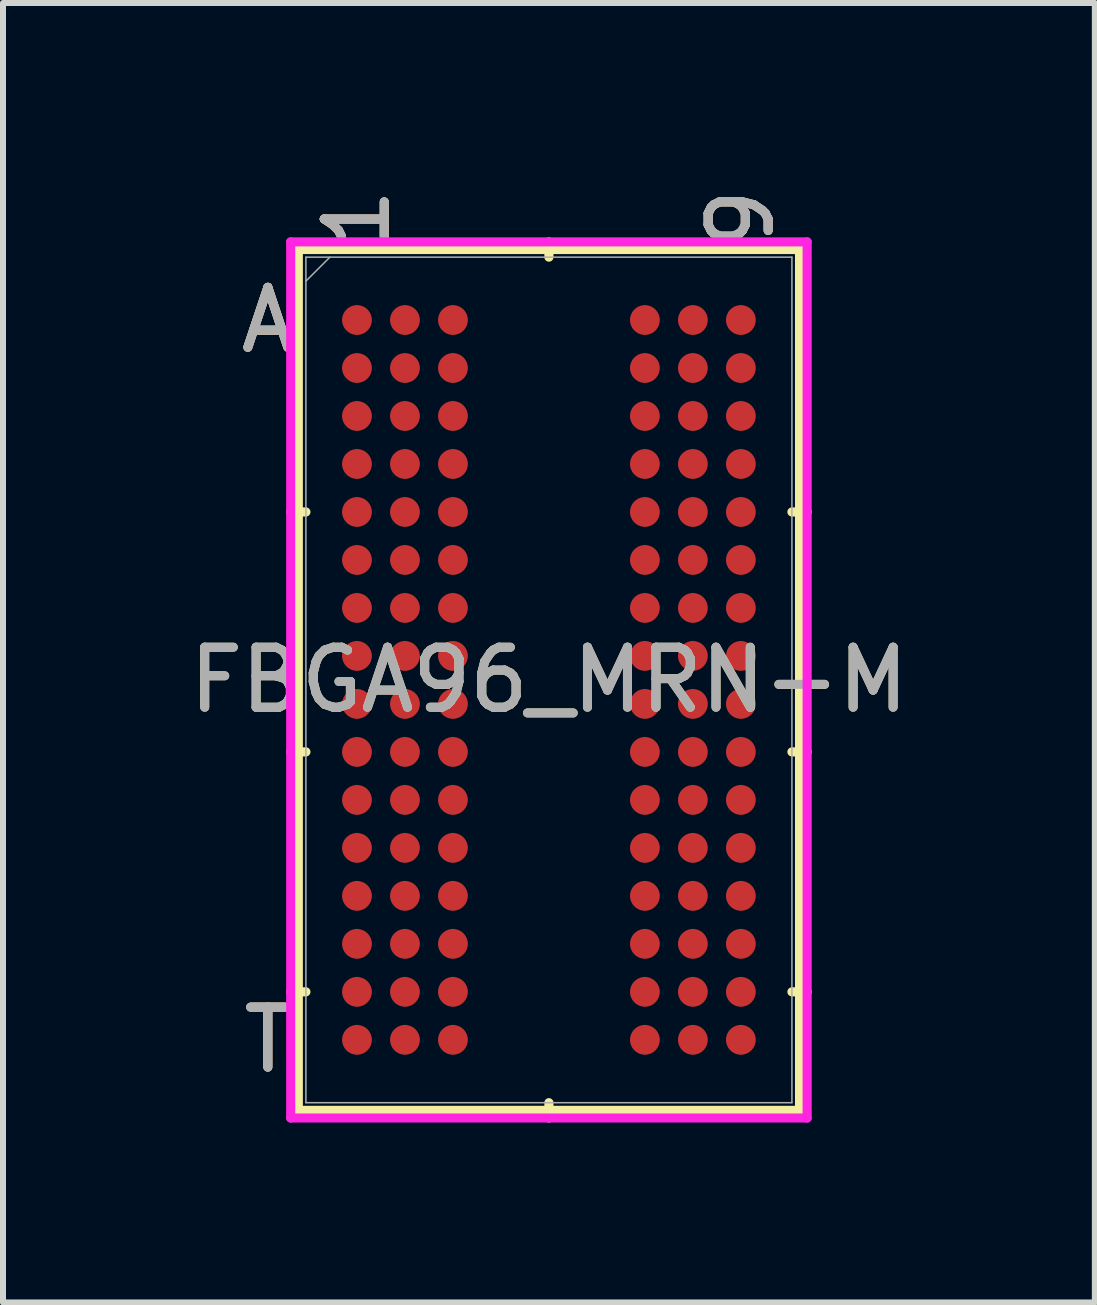
<source format=kicad_pcb>
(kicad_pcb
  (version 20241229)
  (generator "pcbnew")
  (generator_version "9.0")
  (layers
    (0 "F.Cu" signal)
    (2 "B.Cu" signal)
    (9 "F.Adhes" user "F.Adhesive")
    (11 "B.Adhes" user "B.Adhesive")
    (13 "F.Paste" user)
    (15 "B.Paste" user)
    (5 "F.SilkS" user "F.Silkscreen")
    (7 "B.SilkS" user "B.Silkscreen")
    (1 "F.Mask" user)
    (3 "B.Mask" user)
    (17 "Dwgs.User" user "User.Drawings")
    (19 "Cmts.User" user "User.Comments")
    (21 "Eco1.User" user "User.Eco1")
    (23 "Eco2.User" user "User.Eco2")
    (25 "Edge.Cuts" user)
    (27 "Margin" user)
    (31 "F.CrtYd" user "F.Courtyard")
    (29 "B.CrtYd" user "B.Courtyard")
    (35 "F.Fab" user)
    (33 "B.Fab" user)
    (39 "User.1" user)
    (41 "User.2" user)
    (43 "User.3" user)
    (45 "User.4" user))
  (footprint "FBGA96_MRN-M"
    (layer "F.Cu")
    (at 6.101 8.285)
    (property "Reference" "FBGA96_MRN-M" (at 0 0 0) (unlocked yes) (layer "F.SilkS") (effects (font (size 1 1) (thickness 0.15))))
    (attr smd)
    (fp_line (start -4.178 -7.176) (end -4.178 7.176) (stroke (width 0.152) (type solid)) (layer "F.SilkS"))
    (fp_line (start -4.178 7.176) (end 4.178 7.176) (stroke (width 0.152) (type solid)) (layer "F.SilkS"))
    (fp_line (start -4.051 -2.8) (end -4.305 -2.8) (stroke (width 0.152) (type solid)) (layer "F.SilkS"))
    (fp_line (start -4.051 1.2) (end -4.305 1.2) (stroke (width 0.152) (type solid)) (layer "F.SilkS"))
    (fp_line (start -4.051 5.2) (end -4.305 5.2) (stroke (width 0.152) (type solid)) (layer "F.SilkS"))
    (fp_line (start 0 -7.048) (end 0 -7.303) (stroke (width 0.152) (type solid)) (layer "F.SilkS"))
    (fp_line (start 0 7.048) (end 0 7.303) (stroke (width 0.152) (type solid)) (layer "F.SilkS"))
    (fp_line (start 4.051 -2.8) (end 4.305 -2.8) (stroke (width 0.152) (type solid)) (layer "F.SilkS"))
    (fp_line (start 4.051 1.2) (end 4.305 1.2) (stroke (width 0.152) (type solid)) (layer "F.SilkS"))
    (fp_line (start 4.051 5.2) (end 4.305 5.2) (stroke (width 0.152) (type solid)) (layer "F.SilkS"))
    (fp_line (start 4.178 -7.176) (end -4.178 -7.176) (stroke (width 0.152) (type solid)) (layer "F.SilkS"))
    (fp_line (start 4.178 7.176) (end 4.178 -7.176) (stroke (width 0.152) (type solid)) (layer "F.SilkS"))
    (fp_poly (pts (xy -4.045 -6.844) (xy 4.045 -6.844) (xy 4.045 6.844) (xy -4.045 6.844)) (stroke (width 0.1) (type solid)) (fill no) (layer "Eco2.User"))
    (fp_line (start -4.305 -7.303) (end 4.305 -7.303) (stroke (width 0.152) (type solid)) (layer "F.CrtYd"))
    (fp_line (start -4.305 7.303) (end -4.305 -7.303) (stroke (width 0.152) (type solid)) (layer "F.CrtYd"))
    (fp_line (start 4.305 -7.303) (end 4.305 7.303) (stroke (width 0.152) (type solid)) (layer "F.CrtYd"))
    (fp_line (start 4.305 7.303) (end -4.305 7.303) (stroke (width 0.152) (type solid)) (layer "F.CrtYd"))
    (fp_line (start -4.051 -7.048) (end -4.051 7.048) (stroke (width 0.025) (type solid)) (layer "F.Fab"))
    (fp_line (start -4.051 7.048) (end 4.051 7.048) (stroke (width 0.025) (type solid)) (layer "F.Fab"))
    (fp_line (start -3.651 -7.048) (end -4.051 -6.649) (stroke (width 0.025) (type solid)) (layer "F.Fab"))
    (fp_line (start 4.051 -7.048) (end -4.051 -7.048) (stroke (width 0.025) (type solid)) (layer "F.Fab"))
    (fp_line (start 4.051 7.048) (end 4.051 -7.048) (stroke (width 0.025) (type solid)) (layer "F.Fab"))
    (fp_text user "T" (at -4.686 6 0) (unlocked yes) (layer "F.SilkS") (effects (font (size 1 1) (thickness 0.15))))
    (fp_text user "9" (at 3.2 -7.684 90) (unlocked yes) (layer "F.SilkS") (effects (font (size 1 1) (thickness 0.15))))
    (fp_text user "A" (at -4.686 -6 0) (unlocked yes) (layer "F.SilkS") (effects (font (size 1 1) (thickness 0.15))))
    (fp_text user "1" (at -3.2 -7.684 90) (unlocked yes) (layer "F.SilkS") (effects (font (size 1 1) (thickness 0.15))))
    (fp_text user "9" (at 3.2 -7.684 90) (unlocked yes) (layer "B.SilkS") (effects (font (size 1 1) (thickness 0.15))))
    (fp_text user "A" (at -4.686 -6 0) (unlocked yes) (layer "B.SilkS") (effects (font (size 1 1) (thickness 0.15))))
    (fp_text user "T" (at -4.686 6 0) (unlocked yes) (layer "B.SilkS") (effects (font (size 1 1) (thickness 0.15))))
    (fp_text user "1" (at -3.2 -7.684 90) (unlocked yes) (layer "B.SilkS") (effects (font (size 1 1) (thickness 0.15))))
    (fp_text user "${REFERENCE}" (at 0 0 0) (unlocked yes) (layer "F.Fab") (effects (font (size 1 1) (thickness 0.15))))
    (fp_text user "T" (at -4.686 6 0) (unlocked yes) (layer "F.Fab") (effects (font (size 1 1) (thickness 0.15))))
    (fp_text user "A" (at -4.686 -6 0) (unlocked yes) (layer "F.Fab") (effects (font (size 1 1) (thickness 0.15))))
    (fp_text user "9" (at 3.2 -7.684 90) (unlocked yes) (layer "F.Fab") (effects (font (size 1 1) (thickness 0.15))))
    (fp_text user "1" (at -3.2 -7.684 90) (unlocked yes) (layer "F.Fab") (effects (font (size 1 1) (thickness 0.15))))
    (pad "A1" smd circle (at -3.2 -6) (size 0.497 0.497) (layers "F.Cu" "F.Mask" "F.Paste"))
    (pad "A2" smd circle (at -2.4 -6) (size 0.497 0.497) (layers "F.Cu" "F.Mask" "F.Paste"))
    (pad "A3" smd circle (at -1.6 -6) (size 0.497 0.497) (layers "F.Cu" "F.Mask" "F.Paste"))
    (pad "A7" smd circle (at 1.6 -6) (size 0.497 0.497) (layers "F.Cu" "F.Mask" "F.Paste"))
    (pad "A8" smd circle (at 2.4 -6) (size 0.497 0.497) (layers "F.Cu" "F.Mask" "F.Paste"))
    (pad "A9" smd circle (at 3.2 -6) (size 0.497 0.497) (layers "F.Cu" "F.Mask" "F.Paste"))
    (pad "B1" smd circle (at -3.2 -5.2) (size 0.497 0.497) (layers "F.Cu" "F.Mask" "F.Paste"))
    (pad "B2" smd circle (at -2.4 -5.2) (size 0.497 0.497) (layers "F.Cu" "F.Mask" "F.Paste"))
    (pad "B3" smd circle (at -1.6 -5.2) (size 0.497 0.497) (layers "F.Cu" "F.Mask" "F.Paste"))
    (pad "B7" smd circle (at 1.6 -5.2) (size 0.497 0.497) (layers "F.Cu" "F.Mask" "F.Paste"))
    (pad "B8" smd circle (at 2.4 -5.2) (size 0.497 0.497) (layers "F.Cu" "F.Mask" "F.Paste"))
    (pad "B9" smd circle (at 3.2 -5.2) (size 0.497 0.497) (layers "F.Cu" "F.Mask" "F.Paste"))
    (pad "C1" smd circle (at -3.2 -4.4) (size 0.497 0.497) (layers "F.Cu" "F.Mask" "F.Paste"))
    (pad "C2" smd circle (at -2.4 -4.4) (size 0.497 0.497) (layers "F.Cu" "F.Mask" "F.Paste"))
    (pad "C3" smd circle (at -1.6 -4.4) (size 0.497 0.497) (layers "F.Cu" "F.Mask" "F.Paste"))
    (pad "C7" smd circle (at 1.6 -4.4) (size 0.497 0.497) (layers "F.Cu" "F.Mask" "F.Paste"))
    (pad "C8" smd circle (at 2.4 -4.4) (size 0.497 0.497) (layers "F.Cu" "F.Mask" "F.Paste"))
    (pad "C9" smd circle (at 3.2 -4.4) (size 0.497 0.497) (layers "F.Cu" "F.Mask" "F.Paste"))
    (pad "D1" smd circle (at -3.2 -3.6) (size 0.497 0.497) (layers "F.Cu" "F.Mask" "F.Paste"))
    (pad "D2" smd circle (at -2.4 -3.6) (size 0.497 0.497) (layers "F.Cu" "F.Mask" "F.Paste"))
    (pad "D3" smd circle (at -1.6 -3.6) (size 0.497 0.497) (layers "F.Cu" "F.Mask" "F.Paste"))
    (pad "D7" smd circle (at 1.6 -3.6) (size 0.497 0.497) (layers "F.Cu" "F.Mask" "F.Paste"))
    (pad "D8" smd circle (at 2.4 -3.6) (size 0.497 0.497) (layers "F.Cu" "F.Mask" "F.Paste"))
    (pad "D9" smd circle (at 3.2 -3.6) (size 0.497 0.497) (layers "F.Cu" "F.Mask" "F.Paste"))
    (pad "E1" smd circle (at -3.2 -2.8) (size 0.497 0.497) (layers "F.Cu" "F.Mask" "F.Paste"))
    (pad "E2" smd circle (at -2.4 -2.8) (size 0.497 0.497) (layers "F.Cu" "F.Mask" "F.Paste"))
    (pad "E3" smd circle (at -1.6 -2.8) (size 0.497 0.497) (layers "F.Cu" "F.Mask" "F.Paste"))
    (pad "E7" smd circle (at 1.6 -2.8) (size 0.497 0.497) (layers "F.Cu" "F.Mask" "F.Paste"))
    (pad "E8" smd circle (at 2.4 -2.8) (size 0.497 0.497) (layers "F.Cu" "F.Mask" "F.Paste"))
    (pad "E9" smd circle (at 3.2 -2.8) (size 0.497 0.497) (layers "F.Cu" "F.Mask" "F.Paste"))
    (pad "F1" smd circle (at -3.2 -2) (size 0.497 0.497) (layers "F.Cu" "F.Mask" "F.Paste"))
    (pad "F2" smd circle (at -2.4 -2) (size 0.497 0.497) (layers "F.Cu" "F.Mask" "F.Paste"))
    (pad "F3" smd circle (at -1.6 -2) (size 0.497 0.497) (layers "F.Cu" "F.Mask" "F.Paste"))
    (pad "F7" smd circle (at 1.6 -2) (size 0.497 0.497) (layers "F.Cu" "F.Mask" "F.Paste"))
    (pad "F8" smd circle (at 2.4 -2) (size 0.497 0.497) (layers "F.Cu" "F.Mask" "F.Paste"))
    (pad "F9" smd circle (at 3.2 -2) (size 0.497 0.497) (layers "F.Cu" "F.Mask" "F.Paste"))
    (pad "G1" smd circle (at -3.2 -1.2) (size 0.497 0.497) (layers "F.Cu" "F.Mask" "F.Paste"))
    (pad "G2" smd circle (at -2.4 -1.2) (size 0.497 0.497) (layers "F.Cu" "F.Mask" "F.Paste"))
    (pad "G3" smd circle (at -1.6 -1.2) (size 0.497 0.497) (layers "F.Cu" "F.Mask" "F.Paste"))
    (pad "G7" smd circle (at 1.6 -1.2) (size 0.497 0.497) (layers "F.Cu" "F.Mask" "F.Paste"))
    (pad "G8" smd circle (at 2.4 -1.2) (size 0.497 0.497) (layers "F.Cu" "F.Mask" "F.Paste"))
    (pad "G9" smd circle (at 3.2 -1.2) (size 0.497 0.497) (layers "F.Cu" "F.Mask" "F.Paste"))
    (pad "H1" smd circle (at -3.2 -0.4) (size 0.497 0.497) (layers "F.Cu" "F.Mask" "F.Paste"))
    (pad "H2" smd circle (at -2.4 -0.4) (size 0.497 0.497) (layers "F.Cu" "F.Mask" "F.Paste"))
    (pad "H3" smd circle (at -1.6 -0.4) (size 0.497 0.497) (layers "F.Cu" "F.Mask" "F.Paste"))
    (pad "H7" smd circle (at 1.6 -0.4) (size 0.497 0.497) (layers "F.Cu" "F.Mask" "F.Paste"))
    (pad "H8" smd circle (at 2.4 -0.4) (size 0.497 0.497) (layers "F.Cu" "F.Mask" "F.Paste"))
    (pad "H9" smd circle (at 3.2 -0.4) (size 0.497 0.497) (layers "F.Cu" "F.Mask" "F.Paste"))
    (pad "J1" smd circle (at -3.2 0.4) (size 0.497 0.497) (layers "F.Cu" "F.Mask" "F.Paste"))
    (pad "J2" smd circle (at -2.4 0.4) (size 0.497 0.497) (layers "F.Cu" "F.Mask" "F.Paste"))
    (pad "J3" smd circle (at -1.6 0.4) (size 0.497 0.497) (layers "F.Cu" "F.Mask" "F.Paste"))
    (pad "J7" smd circle (at 1.6 0.4) (size 0.497 0.497) (layers "F.Cu" "F.Mask" "F.Paste"))
    (pad "J8" smd circle (at 2.4 0.4) (size 0.497 0.497) (layers "F.Cu" "F.Mask" "F.Paste"))
    (pad "J9" smd circle (at 3.2 0.4) (size 0.497 0.497) (layers "F.Cu" "F.Mask" "F.Paste"))
    (pad "K1" smd circle (at -3.2 1.2) (size 0.497 0.497) (layers "F.Cu" "F.Mask" "F.Paste"))
    (pad "K2" smd circle (at -2.4 1.2) (size 0.497 0.497) (layers "F.Cu" "F.Mask" "F.Paste"))
    (pad "K3" smd circle (at -1.6 1.2) (size 0.497 0.497) (layers "F.Cu" "F.Mask" "F.Paste"))
    (pad "K7" smd circle (at 1.6 1.2) (size 0.497 0.497) (layers "F.Cu" "F.Mask" "F.Paste"))
    (pad "K8" smd circle (at 2.4 1.2) (size 0.497 0.497) (layers "F.Cu" "F.Mask" "F.Paste"))
    (pad "K9" smd circle (at 3.2 1.2) (size 0.497 0.497) (layers "F.Cu" "F.Mask" "F.Paste"))
    (pad "L1" smd circle (at -3.2 2) (size 0.497 0.497) (layers "F.Cu" "F.Mask" "F.Paste"))
    (pad "L2" smd circle (at -2.4 2) (size 0.497 0.497) (layers "F.Cu" "F.Mask" "F.Paste"))
    (pad "L3" smd circle (at -1.6 2) (size 0.497 0.497) (layers "F.Cu" "F.Mask" "F.Paste"))
    (pad "L7" smd circle (at 1.6 2) (size 0.497 0.497) (layers "F.Cu" "F.Mask" "F.Paste"))
    (pad "L8" smd circle (at 2.4 2) (size 0.497 0.497) (layers "F.Cu" "F.Mask" "F.Paste"))
    (pad "L9" smd circle (at 3.2 2) (size 0.497 0.497) (layers "F.Cu" "F.Mask" "F.Paste"))
    (pad "M1" smd circle (at -3.2 2.8) (size 0.497 0.497) (layers "F.Cu" "F.Mask" "F.Paste"))
    (pad "M2" smd circle (at -2.4 2.8) (size 0.497 0.497) (layers "F.Cu" "F.Mask" "F.Paste"))
    (pad "M3" smd circle (at -1.6 2.8) (size 0.497 0.497) (layers "F.Cu" "F.Mask" "F.Paste"))
    (pad "M7" smd circle (at 1.6 2.8) (size 0.497 0.497) (layers "F.Cu" "F.Mask" "F.Paste"))
    (pad "M8" smd circle (at 2.4 2.8) (size 0.497 0.497) (layers "F.Cu" "F.Mask" "F.Paste"))
    (pad "M9" smd circle (at 3.2 2.8) (size 0.497 0.497) (layers "F.Cu" "F.Mask" "F.Paste"))
    (pad "N1" smd circle (at -3.2 3.6) (size 0.497 0.497) (layers "F.Cu" "F.Mask" "F.Paste"))
    (pad "N2" smd circle (at -2.4 3.6) (size 0.497 0.497) (layers "F.Cu" "F.Mask" "F.Paste"))
    (pad "N3" smd circle (at -1.6 3.6) (size 0.497 0.497) (layers "F.Cu" "F.Mask" "F.Paste"))
    (pad "N7" smd circle (at 1.6 3.6) (size 0.497 0.497) (layers "F.Cu" "F.Mask" "F.Paste"))
    (pad "N8" smd circle (at 2.4 3.6) (size 0.497 0.497) (layers "F.Cu" "F.Mask" "F.Paste"))
    (pad "N9" smd circle (at 3.2 3.6) (size 0.497 0.497) (layers "F.Cu" "F.Mask" "F.Paste"))
    (pad "P1" smd circle (at -3.2 4.4) (size 0.497 0.497) (layers "F.Cu" "F.Mask" "F.Paste"))
    (pad "P2" smd circle (at -2.4 4.4) (size 0.497 0.497) (layers "F.Cu" "F.Mask" "F.Paste"))
    (pad "P3" smd circle (at -1.6 4.4) (size 0.497 0.497) (layers "F.Cu" "F.Mask" "F.Paste"))
    (pad "P7" smd circle (at 1.6 4.4) (size 0.497 0.497) (layers "F.Cu" "F.Mask" "F.Paste"))
    (pad "P8" smd circle (at 2.4 4.4) (size 0.497 0.497) (layers "F.Cu" "F.Mask" "F.Paste"))
    (pad "P9" smd circle (at 3.2 4.4) (size 0.497 0.497) (layers "F.Cu" "F.Mask" "F.Paste"))
    (pad "R1" smd circle (at -3.2 5.2) (size 0.497 0.497) (layers "F.Cu" "F.Mask" "F.Paste"))
    (pad "R2" smd circle (at -2.4 5.2) (size 0.497 0.497) (layers "F.Cu" "F.Mask" "F.Paste"))
    (pad "R3" smd circle (at -1.6 5.2) (size 0.497 0.497) (layers "F.Cu" "F.Mask" "F.Paste"))
    (pad "R7" smd circle (at 1.6 5.2) (size 0.497 0.497) (layers "F.Cu" "F.Mask" "F.Paste"))
    (pad "R8" smd circle (at 2.4 5.2) (size 0.497 0.497) (layers "F.Cu" "F.Mask" "F.Paste"))
    (pad "R9" smd circle (at 3.2 5.2) (size 0.497 0.497) (layers "F.Cu" "F.Mask" "F.Paste"))
    (pad "T1" smd circle (at -3.2 6) (size 0.497 0.497) (layers "F.Cu" "F.Mask" "F.Paste"))
    (pad "T2" smd circle (at -2.4 6) (size 0.497 0.497) (layers "F.Cu" "F.Mask" "F.Paste"))
    (pad "T3" smd circle (at -1.6 6) (size 0.497 0.497) (layers "F.Cu" "F.Mask" "F.Paste"))
    (pad "T7" smd circle (at 1.6 6) (size 0.497 0.497) (layers "F.Cu" "F.Mask" "F.Paste"))
    (pad "T8" smd circle (at 2.4 6) (size 0.497 0.497) (layers "F.Cu" "F.Mask" "F.Paste"))
    (pad "T9" smd circle (at 3.2 6) (size 0.497 0.497) (layers "F.Cu" "F.Mask" "F.Paste")))
  (gr_rect
    (start -3 -3)
    (end 15.202 18.663)
    (stroke (width 0.1) (type default))
    (fill no)
    (layer "Edge.Cuts")))
</source>
